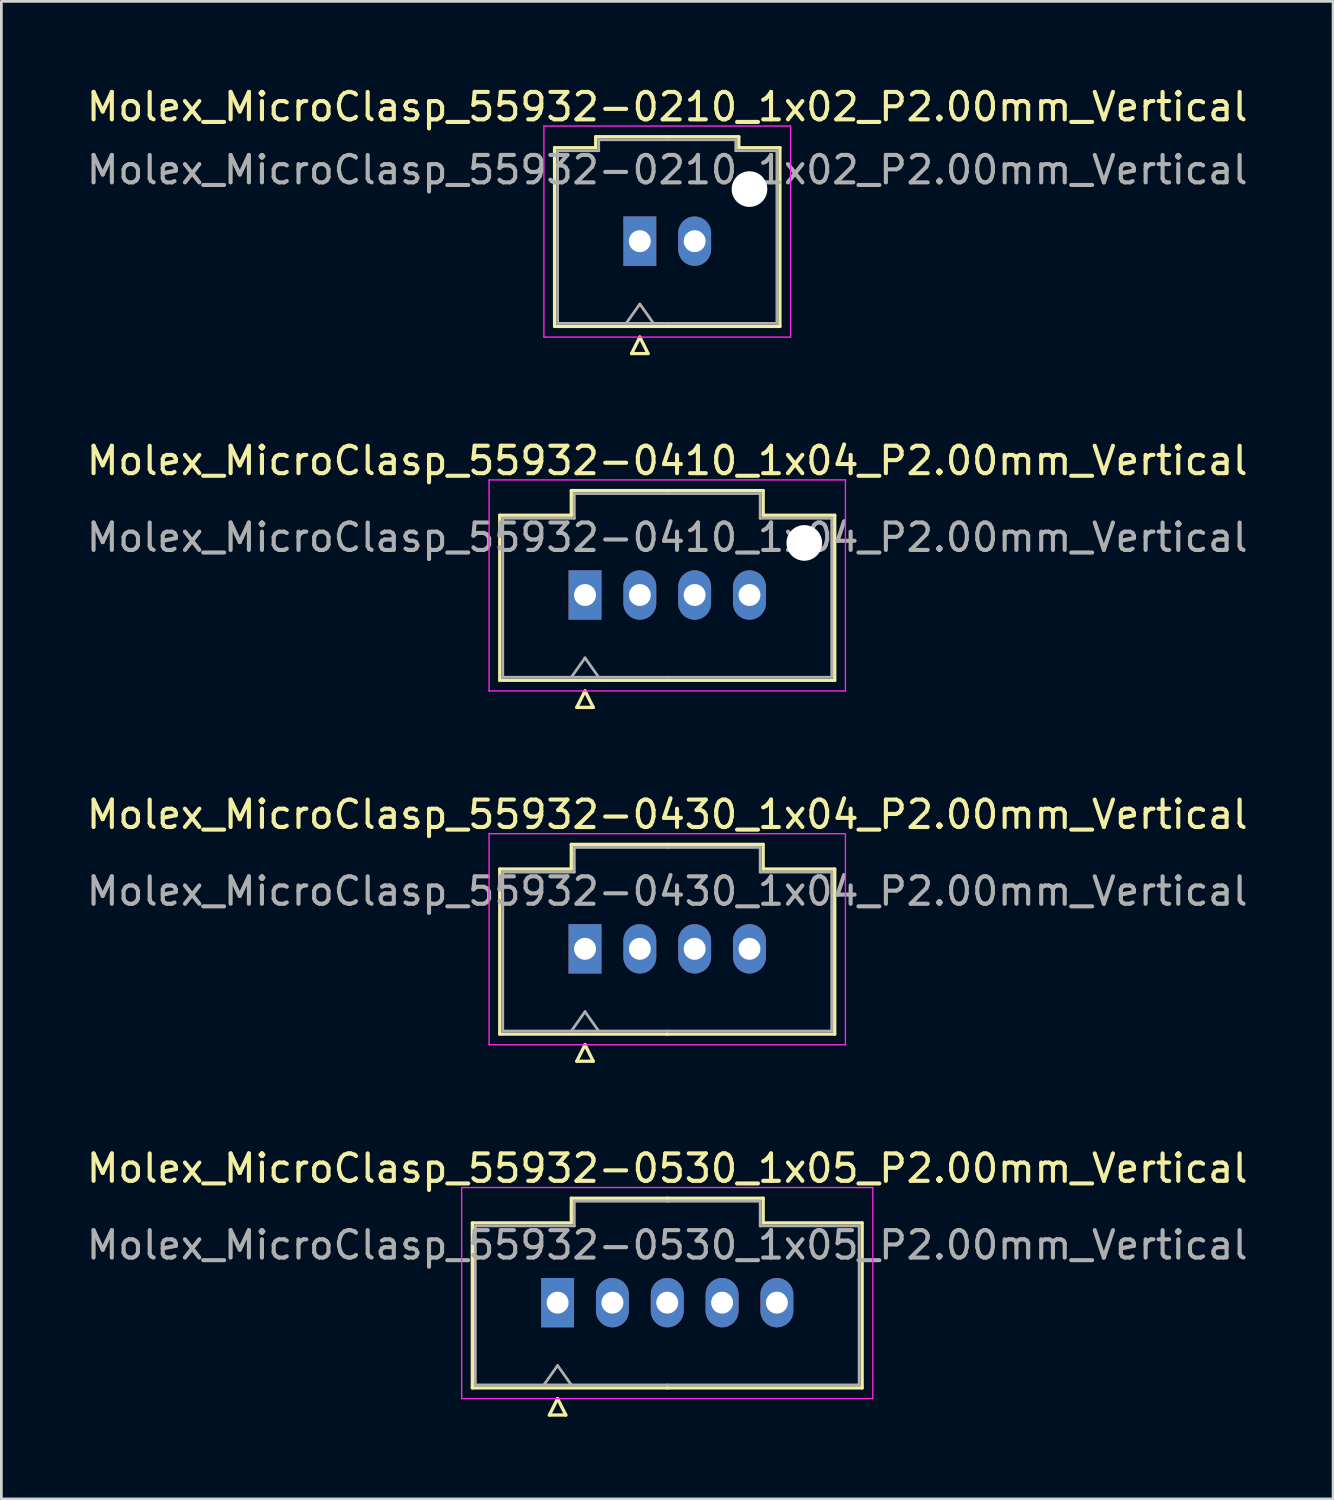
<source format=kicad_pcb>
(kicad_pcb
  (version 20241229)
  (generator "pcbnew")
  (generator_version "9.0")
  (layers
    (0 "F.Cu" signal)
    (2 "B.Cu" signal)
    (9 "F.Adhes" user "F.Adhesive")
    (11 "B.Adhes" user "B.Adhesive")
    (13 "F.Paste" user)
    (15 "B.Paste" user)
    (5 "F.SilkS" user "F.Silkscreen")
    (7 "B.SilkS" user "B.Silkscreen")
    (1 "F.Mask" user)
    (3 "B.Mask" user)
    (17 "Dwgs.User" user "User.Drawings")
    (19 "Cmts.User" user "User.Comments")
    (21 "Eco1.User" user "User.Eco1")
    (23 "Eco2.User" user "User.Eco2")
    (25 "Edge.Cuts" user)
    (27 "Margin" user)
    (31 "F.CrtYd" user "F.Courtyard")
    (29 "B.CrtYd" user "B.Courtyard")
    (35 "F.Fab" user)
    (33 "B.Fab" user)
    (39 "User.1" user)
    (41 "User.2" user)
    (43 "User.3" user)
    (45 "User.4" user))
  (footprint "Molex_MicroClasp_55932-0410_1x04_P2.00mm_Vertical"
    (layer "F.Cu")
    (at 18.292 18.657)
    (property "Reference" "Molex_MicroClasp_55932-0410_1x04_P2.00mm_Vertical" (at 3 -4.9 0) (layer "F.SilkS") (effects (font (size 1 1) (thickness 0.15))))
    (attr through_hole)
    (fp_line (start -3.11 -2.91) (end -3.11 3.11) (stroke (width 0.12) (type solid)) (layer "F.SilkS"))
    (fp_line (start -3.11 3.11) (end 3 3.11) (stroke (width 0.12) (type solid)) (layer "F.SilkS"))
    (fp_line (start -0.5 -3.81) (end -0.5 -2.91) (stroke (width 0.12) (type solid)) (layer "F.SilkS"))
    (fp_line (start -0.5 -2.91) (end -3.11 -2.91) (stroke (width 0.12) (type solid)) (layer "F.SilkS"))
    (fp_line (start -0.3 4.1) (end 0.3 4.1) (stroke (width 0.12) (type solid)) (layer "F.SilkS"))
    (fp_line (start 0 3.5) (end -0.3 4.1) (stroke (width 0.12) (type solid)) (layer "F.SilkS"))
    (fp_line (start 0.3 4.1) (end 0 3.5) (stroke (width 0.12) (type solid)) (layer "F.SilkS"))
    (fp_line (start 3 -3.81) (end -0.5 -3.81) (stroke (width 0.12) (type solid)) (layer "F.SilkS"))
    (fp_line (start 3 -3.81) (end 6.5 -3.81) (stroke (width 0.12) (type solid)) (layer "F.SilkS"))
    (fp_line (start 6.5 -3.81) (end 6.5 -2.91) (stroke (width 0.12) (type solid)) (layer "F.SilkS"))
    (fp_line (start 6.5 -2.91) (end 9.11 -2.91) (stroke (width 0.12) (type solid)) (layer "F.SilkS"))
    (fp_line (start 9.11 -2.91) (end 9.11 3.11) (stroke (width 0.12) (type solid)) (layer "F.SilkS"))
    (fp_line (start 9.11 3.11) (end 3 3.11) (stroke (width 0.12) (type solid)) (layer "F.SilkS"))
    (fp_line (start -3.5 -4.2) (end -3.5 3.5) (stroke (width 0.05) (type solid)) (layer "F.CrtYd"))
    (fp_line (start -3.5 3.5) (end 9.5 3.5) (stroke (width 0.05) (type solid)) (layer "F.CrtYd"))
    (fp_line (start 9.5 -4.2) (end -3.5 -4.2) (stroke (width 0.05) (type solid)) (layer "F.CrtYd"))
    (fp_line (start 9.5 3.5) (end 9.5 -4.2) (stroke (width 0.05) (type solid)) (layer "F.CrtYd"))
    (fp_line (start -3 -2.8) (end -3 3) (stroke (width 0.1) (type solid)) (layer "F.Fab"))
    (fp_line (start -3 3) (end 3 3) (stroke (width 0.1) (type solid)) (layer "F.Fab"))
    (fp_line (start -0.5 3) (end 0 2.293) (stroke (width 0.1) (type solid)) (layer "F.Fab"))
    (fp_line (start -0.39 -3.7) (end -0.39 -2.8) (stroke (width 0.1) (type solid)) (layer "F.Fab"))
    (fp_line (start -0.39 -2.8) (end -3 -2.8) (stroke (width 0.1) (type solid)) (layer "F.Fab"))
    (fp_line (start 0 2.293) (end 0.5 3) (stroke (width 0.1) (type solid)) (layer "F.Fab"))
    (fp_line (start 3 -3.7) (end -0.39 -3.7) (stroke (width 0.1) (type solid)) (layer "F.Fab"))
    (fp_line (start 3 -3.7) (end 6.39 -3.7) (stroke (width 0.1) (type solid)) (layer "F.Fab"))
    (fp_line (start 6.39 -3.7) (end 6.39 -2.8) (stroke (width 0.1) (type solid)) (layer "F.Fab"))
    (fp_line (start 6.39 -2.8) (end 9 -2.8) (stroke (width 0.1) (type solid)) (layer "F.Fab"))
    (fp_line (start 9 -2.8) (end 9 3) (stroke (width 0.1) (type solid)) (layer "F.Fab"))
    (fp_line (start 9 3) (end 3 3) (stroke (width 0.1) (type solid)) (layer "F.Fab"))
    (fp_text user "${REFERENCE}" (at 3 -2.1 0) (layer "F.Fab") (effects (font (size 1 1) (thickness 0.15))))
    (pad "" np_thru_hole circle (at 8 -1.9) (size 1.3 1.3) (drill 1.3) (layers "*.Cu" "*.Mask"))
    (pad "1" thru_hole rect (at 0 0) (size 1.2 1.8) (drill 0.8) (layers "*.Cu" "*.Mask"))
    (pad "2" thru_hole oval (at 2 0) (size 1.2 1.8) (drill 0.8) (layers "*.Cu" "*.Mask"))
    (pad "3" thru_hole oval (at 4 0) (size 1.2 1.8) (drill 0.8) (layers "*.Cu" "*.Mask"))
    (pad "4" thru_hole oval (at 6 0) (size 1.2 1.8) (drill 0.8) (layers "*.Cu" "*.Mask")))
  (footprint "Molex_MicroClasp_55932-0530_1x05_P2.00mm_Vertical"
    (layer "F.Cu")
    (at 17.292 44.473)
    (property "Reference" "Molex_MicroClasp_55932-0530_1x05_P2.00mm_Vertical" (at 4 -4.9 0) (layer "F.SilkS") (effects (font (size 1 1) (thickness 0.15))))
    (attr through_hole)
    (fp_line (start -3.11 -2.91) (end -3.11 3.11) (stroke (width 0.12) (type solid)) (layer "F.SilkS"))
    (fp_line (start -3.11 3.11) (end 4 3.11) (stroke (width 0.12) (type solid)) (layer "F.SilkS"))
    (fp_line (start -0.3 4.1) (end 0.3 4.1) (stroke (width 0.12) (type solid)) (layer "F.SilkS"))
    (fp_line (start 0 3.5) (end -0.3 4.1) (stroke (width 0.12) (type solid)) (layer "F.SilkS"))
    (fp_line (start 0.3 4.1) (end 0 3.5) (stroke (width 0.12) (type solid)) (layer "F.SilkS"))
    (fp_line (start 0.5 -3.81) (end 0.5 -2.91) (stroke (width 0.12) (type solid)) (layer "F.SilkS"))
    (fp_line (start 0.5 -2.91) (end -3.11 -2.91) (stroke (width 0.12) (type solid)) (layer "F.SilkS"))
    (fp_line (start 4 -3.81) (end 0.5 -3.81) (stroke (width 0.12) (type solid)) (layer "F.SilkS"))
    (fp_line (start 4 -3.81) (end 7.5 -3.81) (stroke (width 0.12) (type solid)) (layer "F.SilkS"))
    (fp_line (start 7.5 -3.81) (end 7.5 -2.91) (stroke (width 0.12) (type solid)) (layer "F.SilkS"))
    (fp_line (start 7.5 -2.91) (end 11.11 -2.91) (stroke (width 0.12) (type solid)) (layer "F.SilkS"))
    (fp_line (start 11.11 -2.91) (end 11.11 3.11) (stroke (width 0.12) (type solid)) (layer "F.SilkS"))
    (fp_line (start 11.11 3.11) (end 4 3.11) (stroke (width 0.12) (type solid)) (layer "F.SilkS"))
    (fp_line (start -3.5 -4.2) (end -3.5 3.5) (stroke (width 0.05) (type solid)) (layer "F.CrtYd"))
    (fp_line (start -3.5 3.5) (end 11.5 3.5) (stroke (width 0.05) (type solid)) (layer "F.CrtYd"))
    (fp_line (start 11.5 -4.2) (end -3.5 -4.2) (stroke (width 0.05) (type solid)) (layer "F.CrtYd"))
    (fp_line (start 11.5 3.5) (end 11.5 -4.2) (stroke (width 0.05) (type solid)) (layer "F.CrtYd"))
    (fp_line (start -3 -2.8) (end -3 3) (stroke (width 0.1) (type solid)) (layer "F.Fab"))
    (fp_line (start -3 3) (end 4 3) (stroke (width 0.1) (type solid)) (layer "F.Fab"))
    (fp_line (start -0.5 3) (end 0 2.293) (stroke (width 0.1) (type solid)) (layer "F.Fab"))
    (fp_line (start 0 2.293) (end 0.5 3) (stroke (width 0.1) (type solid)) (layer "F.Fab"))
    (fp_line (start 0.61 -3.7) (end 0.61 -2.8) (stroke (width 0.1) (type solid)) (layer "F.Fab"))
    (fp_line (start 0.61 -2.8) (end -3 -2.8) (stroke (width 0.1) (type solid)) (layer "F.Fab"))
    (fp_line (start 4 -3.7) (end 0.61 -3.7) (stroke (width 0.1) (type solid)) (layer "F.Fab"))
    (fp_line (start 4 -3.7) (end 7.39 -3.7) (stroke (width 0.1) (type solid)) (layer "F.Fab"))
    (fp_line (start 7.39 -3.7) (end 7.39 -2.8) (stroke (width 0.1) (type solid)) (layer "F.Fab"))
    (fp_line (start 7.39 -2.8) (end 11 -2.8) (stroke (width 0.1) (type solid)) (layer "F.Fab"))
    (fp_line (start 11 -2.8) (end 11 3) (stroke (width 0.1) (type solid)) (layer "F.Fab"))
    (fp_line (start 11 3) (end 4 3) (stroke (width 0.1) (type solid)) (layer "F.Fab"))
    (fp_text user "${REFERENCE}" (at 4 -2.1 0) (layer "F.Fab") (effects (font (size 1 1) (thickness 0.15))))
    (pad "1" thru_hole rect (at 0 0) (size 1.2 1.8) (drill 0.8) (layers "*.Cu" "*.Mask"))
    (pad "2" thru_hole oval (at 2 0) (size 1.2 1.8) (drill 0.8) (layers "*.Cu" "*.Mask"))
    (pad "3" thru_hole oval (at 4 0) (size 1.2 1.8) (drill 0.8) (layers "*.Cu" "*.Mask"))
    (pad "4" thru_hole oval (at 6 0) (size 1.2 1.8) (drill 0.8) (layers "*.Cu" "*.Mask"))
    (pad "5" thru_hole oval (at 8 0) (size 1.2 1.8) (drill 0.8) (layers "*.Cu" "*.Mask")))
  (footprint "Molex_MicroClasp_55932-0210_1x02_P2.00mm_Vertical"
    (layer "F.Cu")
    (at 20.292 5.748)
    (property "Reference" "Molex_MicroClasp_55932-0210_1x02_P2.00mm_Vertical" (at 1 -4.9 0) (layer "F.SilkS") (effects (font (size 1 1) (thickness 0.15))))
    (attr through_hole)
    (fp_line (start -3.11 -3.41) (end -3.11 3.11) (stroke (width 0.12) (type solid)) (layer "F.SilkS"))
    (fp_line (start -3.11 3.11) (end 1 3.11) (stroke (width 0.12) (type solid)) (layer "F.SilkS"))
    (fp_line (start -1.61 -3.81) (end -1.61 -3.41) (stroke (width 0.12) (type solid)) (layer "F.SilkS"))
    (fp_line (start -1.61 -3.41) (end -3.11 -3.41) (stroke (width 0.12) (type solid)) (layer "F.SilkS"))
    (fp_line (start -0.3 4.1) (end 0.3 4.1) (stroke (width 0.12) (type solid)) (layer "F.SilkS"))
    (fp_line (start 0 3.5) (end -0.3 4.1) (stroke (width 0.12) (type solid)) (layer "F.SilkS"))
    (fp_line (start 0.3 4.1) (end 0 3.5) (stroke (width 0.12) (type solid)) (layer "F.SilkS"))
    (fp_line (start 1 -3.81) (end -1.61 -3.81) (stroke (width 0.12) (type solid)) (layer "F.SilkS"))
    (fp_line (start 1 -3.81) (end 3.61 -3.81) (stroke (width 0.12) (type solid)) (layer "F.SilkS"))
    (fp_line (start 3.61 -3.81) (end 3.61 -3.41) (stroke (width 0.12) (type solid)) (layer "F.SilkS"))
    (fp_line (start 3.61 -3.41) (end 5.11 -3.41) (stroke (width 0.12) (type solid)) (layer "F.SilkS"))
    (fp_line (start 5.11 -3.41) (end 5.11 3.11) (stroke (width 0.12) (type solid)) (layer "F.SilkS"))
    (fp_line (start 5.11 3.11) (end 1 3.11) (stroke (width 0.12) (type solid)) (layer "F.SilkS"))
    (fp_line (start -3.5 -4.2) (end -3.5 3.5) (stroke (width 0.05) (type solid)) (layer "F.CrtYd"))
    (fp_line (start -3.5 3.5) (end 5.5 3.5) (stroke (width 0.05) (type solid)) (layer "F.CrtYd"))
    (fp_line (start 5.5 -4.2) (end -3.5 -4.2) (stroke (width 0.05) (type solid)) (layer "F.CrtYd"))
    (fp_line (start 5.5 3.5) (end 5.5 -4.2) (stroke (width 0.05) (type solid)) (layer "F.CrtYd"))
    (fp_line (start -3 -3.3) (end -3 3) (stroke (width 0.1) (type solid)) (layer "F.Fab"))
    (fp_line (start -3 3) (end 1 3) (stroke (width 0.1) (type solid)) (layer "F.Fab"))
    (fp_line (start -1.5 -3.7) (end -1.5 -3.3) (stroke (width 0.1) (type solid)) (layer "F.Fab"))
    (fp_line (start -1.5 -3.3) (end -3 -3.3) (stroke (width 0.1) (type solid)) (layer "F.Fab"))
    (fp_line (start -0.5 3) (end 0 2.293) (stroke (width 0.1) (type solid)) (layer "F.Fab"))
    (fp_line (start 0 2.293) (end 0.5 3) (stroke (width 0.1) (type solid)) (layer "F.Fab"))
    (fp_line (start 1 -3.7) (end -1.5 -3.7) (stroke (width 0.1) (type solid)) (layer "F.Fab"))
    (fp_line (start 1 -3.7) (end 3.5 -3.7) (stroke (width 0.1) (type solid)) (layer "F.Fab"))
    (fp_line (start 3.5 -3.7) (end 3.5 -3.3) (stroke (width 0.1) (type solid)) (layer "F.Fab"))
    (fp_line (start 3.5 -3.3) (end 5 -3.3) (stroke (width 0.1) (type solid)) (layer "F.Fab"))
    (fp_line (start 5 -3.3) (end 5 3) (stroke (width 0.1) (type solid)) (layer "F.Fab"))
    (fp_line (start 5 3) (end 1 3) (stroke (width 0.1) (type solid)) (layer "F.Fab"))
    (fp_text user "${REFERENCE}" (at 1 -2.6 0) (layer "F.Fab") (effects (font (size 1 1) (thickness 0.15))))
    (pad "" np_thru_hole circle (at 4 -1.9) (size 1.3 1.3) (drill 1.3) (layers "*.Cu" "*.Mask"))
    (pad "1" thru_hole rect (at 0 0) (size 1.2 1.8) (drill 0.8) (layers "*.Cu" "*.Mask"))
    (pad "2" thru_hole oval (at 2 0) (size 1.2 1.8) (drill 0.8) (layers "*.Cu" "*.Mask")))
  (footprint "Molex_MicroClasp_55932-0430_1x04_P2.00mm_Vertical"
    (layer "F.Cu")
    (at 18.292 31.565)
    (property "Reference" "Molex_MicroClasp_55932-0430_1x04_P2.00mm_Vertical" (at 3 -4.9 0) (layer "F.SilkS") (effects (font (size 1 1) (thickness 0.15))))
    (attr through_hole)
    (fp_line (start -3.11 -2.91) (end -3.11 3.11) (stroke (width 0.12) (type solid)) (layer "F.SilkS"))
    (fp_line (start -3.11 3.11) (end 3 3.11) (stroke (width 0.12) (type solid)) (layer "F.SilkS"))
    (fp_line (start -0.5 -3.81) (end -0.5 -2.91) (stroke (width 0.12) (type solid)) (layer "F.SilkS"))
    (fp_line (start -0.5 -2.91) (end -3.11 -2.91) (stroke (width 0.12) (type solid)) (layer "F.SilkS"))
    (fp_line (start -0.3 4.1) (end 0.3 4.1) (stroke (width 0.12) (type solid)) (layer "F.SilkS"))
    (fp_line (start 0 3.5) (end -0.3 4.1) (stroke (width 0.12) (type solid)) (layer "F.SilkS"))
    (fp_line (start 0.3 4.1) (end 0 3.5) (stroke (width 0.12) (type solid)) (layer "F.SilkS"))
    (fp_line (start 3 -3.81) (end -0.5 -3.81) (stroke (width 0.12) (type solid)) (layer "F.SilkS"))
    (fp_line (start 3 -3.81) (end 6.5 -3.81) (stroke (width 0.12) (type solid)) (layer "F.SilkS"))
    (fp_line (start 6.5 -3.81) (end 6.5 -2.91) (stroke (width 0.12) (type solid)) (layer "F.SilkS"))
    (fp_line (start 6.5 -2.91) (end 9.11 -2.91) (stroke (width 0.12) (type solid)) (layer "F.SilkS"))
    (fp_line (start 9.11 -2.91) (end 9.11 3.11) (stroke (width 0.12) (type solid)) (layer "F.SilkS"))
    (fp_line (start 9.11 3.11) (end 3 3.11) (stroke (width 0.12) (type solid)) (layer "F.SilkS"))
    (fp_line (start -3.5 -4.2) (end -3.5 3.5) (stroke (width 0.05) (type solid)) (layer "F.CrtYd"))
    (fp_line (start -3.5 3.5) (end 9.5 3.5) (stroke (width 0.05) (type solid)) (layer "F.CrtYd"))
    (fp_line (start 9.5 -4.2) (end -3.5 -4.2) (stroke (width 0.05) (type solid)) (layer "F.CrtYd"))
    (fp_line (start 9.5 3.5) (end 9.5 -4.2) (stroke (width 0.05) (type solid)) (layer "F.CrtYd"))
    (fp_line (start -3 -2.8) (end -3 3) (stroke (width 0.1) (type solid)) (layer "F.Fab"))
    (fp_line (start -3 3) (end 3 3) (stroke (width 0.1) (type solid)) (layer "F.Fab"))
    (fp_line (start -0.5 3) (end 0 2.293) (stroke (width 0.1) (type solid)) (layer "F.Fab"))
    (fp_line (start -0.39 -3.7) (end -0.39 -2.8) (stroke (width 0.1) (type solid)) (layer "F.Fab"))
    (fp_line (start -0.39 -2.8) (end -3 -2.8) (stroke (width 0.1) (type solid)) (layer "F.Fab"))
    (fp_line (start 0 2.293) (end 0.5 3) (stroke (width 0.1) (type solid)) (layer "F.Fab"))
    (fp_line (start 3 -3.7) (end -0.39 -3.7) (stroke (width 0.1) (type solid)) (layer "F.Fab"))
    (fp_line (start 3 -3.7) (end 6.39 -3.7) (stroke (width 0.1) (type solid)) (layer "F.Fab"))
    (fp_line (start 6.39 -3.7) (end 6.39 -2.8) (stroke (width 0.1) (type solid)) (layer "F.Fab"))
    (fp_line (start 6.39 -2.8) (end 9 -2.8) (stroke (width 0.1) (type solid)) (layer "F.Fab"))
    (fp_line (start 9 -2.8) (end 9 3) (stroke (width 0.1) (type solid)) (layer "F.Fab"))
    (fp_line (start 9 3) (end 3 3) (stroke (width 0.1) (type solid)) (layer "F.Fab"))
    (fp_text user "${REFERENCE}" (at 3 -2.1 0) (layer "F.Fab") (effects (font (size 1 1) (thickness 0.15))))
    (pad "1" thru_hole rect (at 0 0) (size 1.2 1.8) (drill 0.8) (layers "*.Cu" "*.Mask"))
    (pad "2" thru_hole oval (at 2 0) (size 1.2 1.8) (drill 0.8) (layers "*.Cu" "*.Mask"))
    (pad "3" thru_hole oval (at 4 0) (size 1.2 1.8) (drill 0.8) (layers "*.Cu" "*.Mask"))
    (pad "4" thru_hole oval (at 6 0) (size 1.2 1.8) (drill 0.8) (layers "*.Cu" "*.Mask")))
  (gr_rect
    (start -3 -3)
    (end 45.583 51.633)
    (stroke (width 0.1) (type default))
    (fill no)
    (layer "Edge.Cuts")))
</source>
